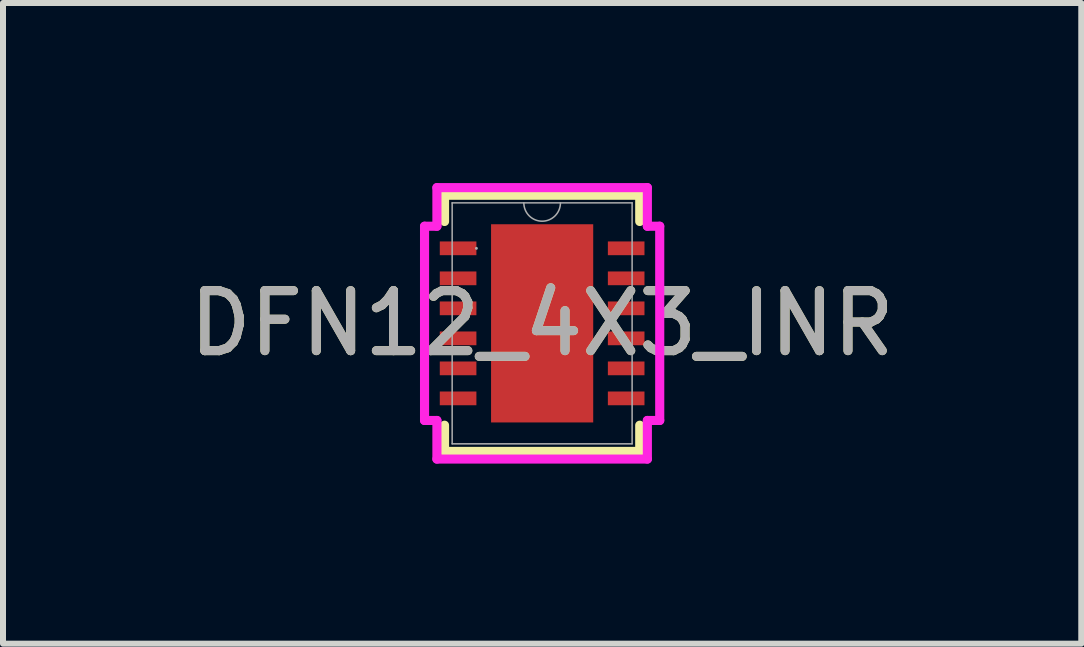
<source format=kicad_pcb>
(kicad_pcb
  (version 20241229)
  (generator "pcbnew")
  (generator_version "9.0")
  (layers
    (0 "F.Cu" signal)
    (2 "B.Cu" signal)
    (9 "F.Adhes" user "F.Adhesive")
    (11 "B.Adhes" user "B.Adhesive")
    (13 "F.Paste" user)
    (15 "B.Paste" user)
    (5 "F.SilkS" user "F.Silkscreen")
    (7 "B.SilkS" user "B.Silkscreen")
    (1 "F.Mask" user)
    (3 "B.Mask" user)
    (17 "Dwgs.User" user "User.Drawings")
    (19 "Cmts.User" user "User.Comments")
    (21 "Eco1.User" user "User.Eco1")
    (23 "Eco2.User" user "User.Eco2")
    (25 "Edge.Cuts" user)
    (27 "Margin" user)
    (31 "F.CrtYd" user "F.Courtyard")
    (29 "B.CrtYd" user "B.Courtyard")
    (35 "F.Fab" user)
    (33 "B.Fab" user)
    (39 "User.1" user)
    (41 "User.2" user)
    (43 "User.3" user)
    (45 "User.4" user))
  (footprint "DFN12_4X3_INR"
    (layer "F.Cu")
    (at 5.982 2.337)
    (property "Reference" "DFN12_4X3_INR" (at 0 0 0) (unlocked yes) (layer "F.SilkS") (effects (font (size 1 1) (thickness 0.15))))
    (attr smd)
    (fp_line (start -1.626 -2.134) (end -1.626 -1.697) (stroke (width 0.152) (type solid)) (layer "F.SilkS"))
    (fp_line (start -1.626 1.697) (end -1.626 2.134) (stroke (width 0.152) (type solid)) (layer "F.SilkS"))
    (fp_line (start -1.626 2.134) (end 1.626 2.134) (stroke (width 0.152) (type solid)) (layer "F.SilkS"))
    (fp_line (start 1.626 -2.134) (end -1.626 -2.134) (stroke (width 0.152) (type solid)) (layer "F.SilkS"))
    (fp_line (start 1.626 -1.697) (end 1.626 -2.134) (stroke (width 0.152) (type solid)) (layer "F.SilkS"))
    (fp_line (start 1.626 2.134) (end 1.626 1.697) (stroke (width 0.152) (type solid)) (layer "F.SilkS"))
    (fp_poly (pts (xy -0.751 -1.551) (xy -0.751 -0.1) (xy 0.751 -0.1) (xy 0.751 -1.551)) (stroke (width 0) (type solid)) (fill yes) (layer "F.Paste"))
    (fp_poly (pts (xy -0.751 -1.551) (xy -0.751 -0.1) (xy 0.751 -0.1) (xy 0.751 -1.551)) (stroke (width 0) (type solid)) (fill yes) (layer "F.Paste"))
    (fp_poly (pts (xy -0.751 -1.551) (xy -0.751 -0.1) (xy 0.751 -0.1) (xy 0.751 -1.551)) (stroke (width 0) (type solid)) (fill yes) (layer "F.Paste"))
    (fp_poly (pts (xy -0.751 0.1) (xy -0.751 1.551) (xy 0.751 1.551) (xy 0.751 0.1)) (stroke (width 0) (type solid)) (fill yes) (layer "F.Paste"))
    (fp_poly (pts (xy -0.751 0.1) (xy -0.751 1.551) (xy 0.751 1.551) (xy 0.751 0.1)) (stroke (width 0) (type solid)) (fill yes) (layer "F.Paste"))
    (fp_poly (pts (xy -0.751 0.1) (xy -0.751 1.551) (xy 0.751 1.551) (xy 0.751 0.1)) (stroke (width 0) (type solid)) (fill yes) (layer "F.Paste"))
    (fp_line (start -1.959 -1.618) (end -1.753 -1.618) (stroke (width 0.152) (type solid)) (layer "F.CrtYd"))
    (fp_line (start -1.959 1.618) (end -1.959 -1.618) (stroke (width 0.152) (type solid)) (layer "F.CrtYd"))
    (fp_line (start -1.959 1.618) (end -1.753 1.618) (stroke (width 0.152) (type solid)) (layer "F.CrtYd"))
    (fp_line (start -1.753 -2.261) (end 1.753 -2.261) (stroke (width 0.152) (type solid)) (layer "F.CrtYd"))
    (fp_line (start -1.753 -1.618) (end -1.753 -2.261) (stroke (width 0.152) (type solid)) (layer "F.CrtYd"))
    (fp_line (start -1.753 2.261) (end -1.753 1.618) (stroke (width 0.152) (type solid)) (layer "F.CrtYd"))
    (fp_line (start 1.753 -2.261) (end 1.753 -1.618) (stroke (width 0.152) (type solid)) (layer "F.CrtYd"))
    (fp_line (start 1.753 1.618) (end 1.753 2.261) (stroke (width 0.152) (type solid)) (layer "F.CrtYd"))
    (fp_line (start 1.753 2.261) (end -1.753 2.261) (stroke (width 0.152) (type solid)) (layer "F.CrtYd"))
    (fp_line (start 1.959 -1.618) (end 1.753 -1.618) (stroke (width 0.152) (type solid)) (layer "F.CrtYd"))
    (fp_line (start 1.959 -1.618) (end 1.959 1.618) (stroke (width 0.152) (type solid)) (layer "F.CrtYd"))
    (fp_line (start 1.959 1.618) (end 1.753 1.618) (stroke (width 0.152) (type solid)) (layer "F.CrtYd"))
    (fp_line (start -1.499 -2.007) (end -1.499 2.007) (stroke (width 0.025) (type solid)) (layer "F.Fab"))
    (fp_line (start -1.499 2.007) (end 1.499 2.007) (stroke (width 0.025) (type solid)) (layer "F.Fab"))
    (fp_line (start 1.499 -2.007) (end -1.499 -2.007) (stroke (width 0.025) (type solid)) (layer "F.Fab"))
    (fp_line (start 1.499 2.007) (end 1.499 -2.007) (stroke (width 0.025) (type solid)) (layer "F.Fab"))
    (fp_arc (start 0.3048 -2.0066) (mid 0 -1.7018) (end -0.3048 -2.0066) (stroke (width 0.0254) (type solid)) (layer "F.Fab"))
    (fp_circle (center -1.095 -1.25) (end -1.095 -1.25) (stroke (width 0.025) (type solid)) (fill no) (layer "F.Fab"))
    (fp_text user "${REFERENCE}" (at 0 0 0) (unlocked yes) (layer "F.Fab") (effects (font (size 1 1) (thickness 0.15))))
    (pad "1" smd rect (at -1.4 -1.25) (size 0.61 0.229) (layers "F.Cu" "F.Mask" "F.Paste"))
    (pad "2" smd rect (at -1.4 -0.75) (size 0.61 0.229) (layers "F.Cu" "F.Mask" "F.Paste"))
    (pad "3" smd rect (at -1.4 -0.25) (size 0.61 0.229) (layers "F.Cu" "F.Mask" "F.Paste"))
    (pad "4" smd rect (at -1.4 0.25) (size 0.61 0.229) (layers "F.Cu" "F.Mask" "F.Paste"))
    (pad "5" smd rect (at -1.4 0.75) (size 0.61 0.229) (layers "F.Cu" "F.Mask" "F.Paste"))
    (pad "6" smd rect (at -1.4 1.25) (size 0.61 0.229) (layers "F.Cu" "F.Mask" "F.Paste"))
    (pad "7" smd rect (at 1.4 1.25) (size 0.61 0.229) (layers "F.Cu" "F.Mask" "F.Paste"))
    (pad "8" smd rect (at 1.4 0.75) (size 0.61 0.229) (layers "F.Cu" "F.Mask" "F.Paste"))
    (pad "9" smd rect (at 1.4 0.25) (size 0.61 0.229) (layers "F.Cu" "F.Mask" "F.Paste"))
    (pad "10" smd rect (at 1.4 -0.25) (size 0.61 0.229) (layers "F.Cu" "F.Mask" "F.Paste"))
    (pad "11" smd rect (at 1.4 -0.75) (size 0.61 0.229) (layers "F.Cu" "F.Mask" "F.Paste"))
    (pad "12" smd rect (at 1.4 -1.25) (size 0.61 0.229) (layers "F.Cu" "F.Mask" "F.Paste"))
    (pad "13" smd rect (at 0 0) (size 1.702 3.302) (layers "F.Cu" "F.Mask" "F.Paste")))
  (gr_rect
    (start -3 -3)
    (end 14.964 7.674)
    (stroke (width 0.1) (type default))
    (fill no)
    (layer "Edge.Cuts")))
</source>
